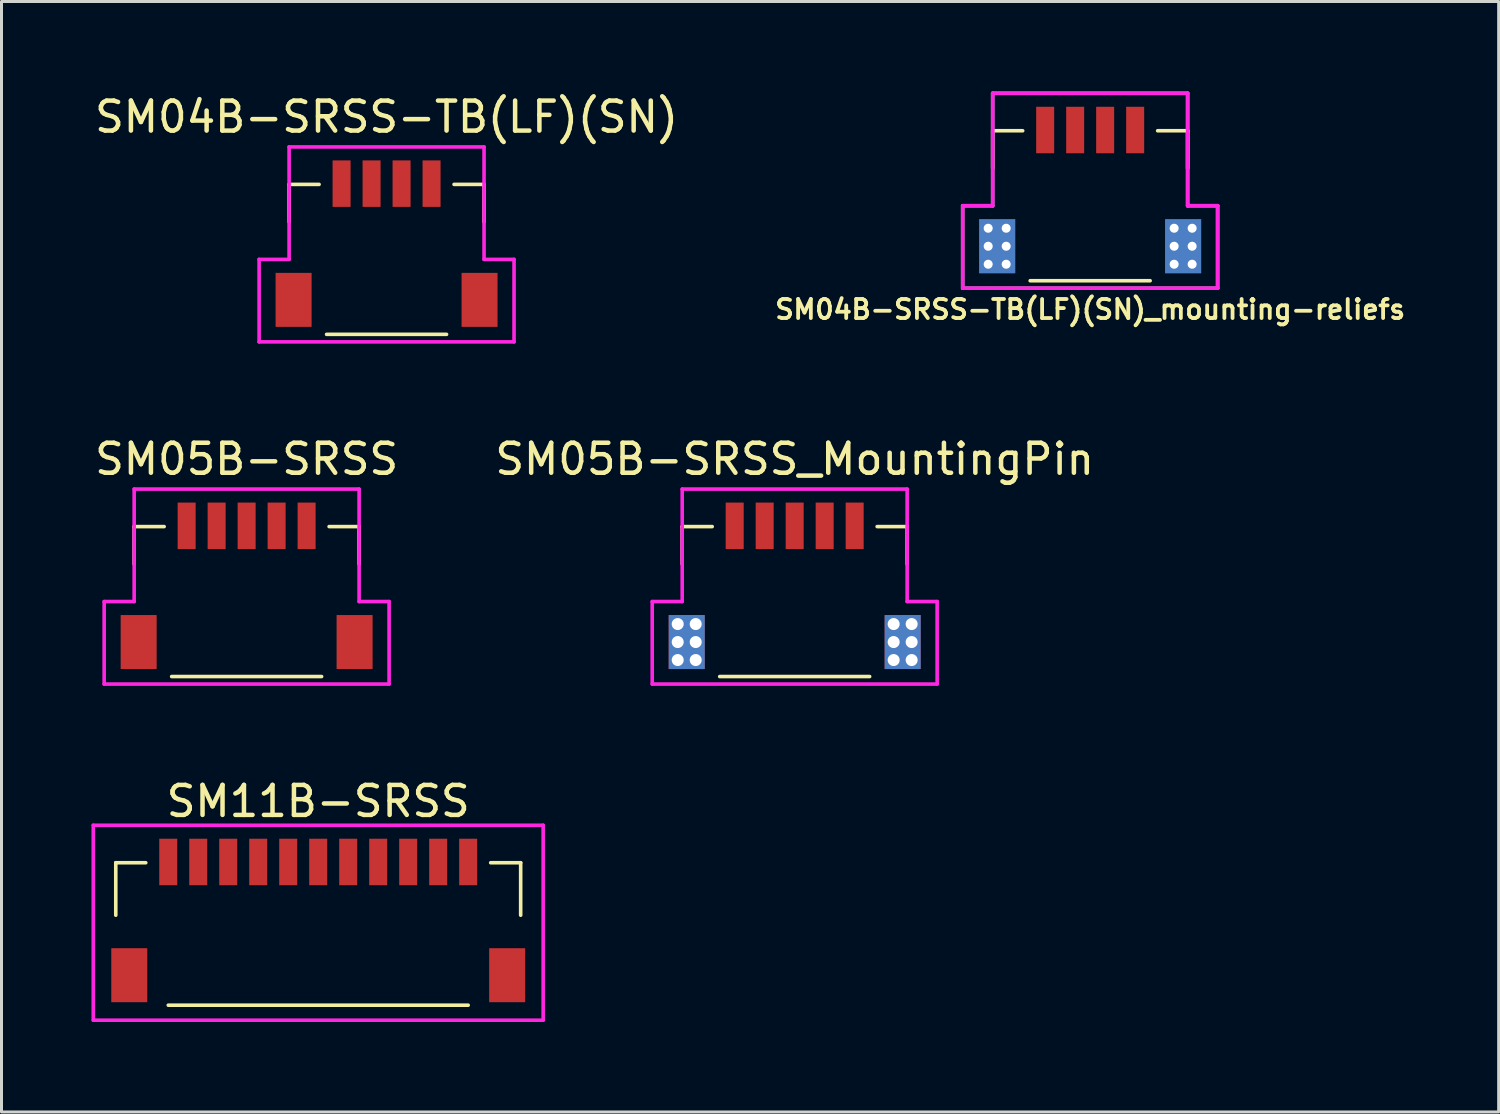
<source format=kicad_pcb>
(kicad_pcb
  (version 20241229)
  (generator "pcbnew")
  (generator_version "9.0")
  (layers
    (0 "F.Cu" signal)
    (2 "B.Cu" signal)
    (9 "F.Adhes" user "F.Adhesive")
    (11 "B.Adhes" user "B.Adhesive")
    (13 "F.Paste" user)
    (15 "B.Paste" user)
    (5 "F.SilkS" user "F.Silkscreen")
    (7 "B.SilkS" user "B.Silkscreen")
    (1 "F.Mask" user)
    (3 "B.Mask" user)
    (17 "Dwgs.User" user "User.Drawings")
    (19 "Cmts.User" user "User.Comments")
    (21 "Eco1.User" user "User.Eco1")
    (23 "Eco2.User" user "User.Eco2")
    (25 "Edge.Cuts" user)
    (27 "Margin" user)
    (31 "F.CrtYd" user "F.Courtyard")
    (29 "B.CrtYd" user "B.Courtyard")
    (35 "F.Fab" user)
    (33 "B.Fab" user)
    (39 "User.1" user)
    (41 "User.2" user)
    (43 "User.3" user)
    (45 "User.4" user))
  (footprint "SM11B-SRSS"
    (layer "F.Cu")
    (at 7.56 26.465)
    (property "Reference" "SM11B-SRSS" (at 0 -2.8 0) (unlocked yes) (layer "F.SilkS") (effects (font (size 1 1) (thickness 0.15))))
    (attr through_hole)
    (fp_line (start -6.75 -0.75) (end -6.75 1) (stroke (width 0.12) (type solid)) (layer "F.SilkS"))
    (fp_line (start -6.75 -0.75) (end -5.75 -0.75) (stroke (width 0.12) (type solid)) (layer "F.SilkS"))
    (fp_line (start -5 4) (end 5 4) (stroke (width 0.12) (type solid)) (layer "F.SilkS"))
    (fp_line (start 6.75 -0.75) (end 5.75 -0.75) (stroke (width 0.12) (type solid)) (layer "F.SilkS"))
    (fp_line (start 6.75 -0.75) (end 6.75 1) (stroke (width 0.12) (type solid)) (layer "F.SilkS"))
    (fp_line (start -7.5 -2) (end 7.5 -2) (stroke (width 0.12) (type solid)) (layer "F.CrtYd"))
    (fp_line (start -7.5 4.5) (end -7.5 -2) (stroke (width 0.12) (type solid)) (layer "F.CrtYd"))
    (fp_line (start 7.5 -2) (end 7.5 4.5) (stroke (width 0.12) (type solid)) (layer "F.CrtYd"))
    (fp_line (start 7.5 4.5) (end -7.5 4.5) (stroke (width 0.12) (type solid)) (layer "F.CrtYd"))
    (pad "" smd rect (at -6.3 3) (size 1.2 1.8) (layers "F.Cu" "F.Mask" "F.Paste"))
    (pad "" smd rect (at 6.3 3) (size 1.2 1.8) (layers "F.Cu" "F.Mask" "F.Paste"))
    (pad "1" smd rect (at -5 -0.775) (size 0.6 1.55) (layers "F.Cu" "F.Mask" "F.Paste"))
    (pad "2" smd rect (at -4 -0.775) (size 0.6 1.55) (layers "F.Cu" "F.Mask" "F.Paste"))
    (pad "3" smd rect (at -3 -0.775) (size 0.6 1.55) (layers "F.Cu" "F.Mask" "F.Paste"))
    (pad "4" smd rect (at -2 -0.775) (size 0.6 1.55) (layers "F.Cu" "F.Mask" "F.Paste"))
    (pad "5" smd rect (at -1 -0.775) (size 0.6 1.55) (layers "F.Cu" "F.Mask" "F.Paste"))
    (pad "6" smd rect (at 0 -0.775) (size 0.6 1.55) (layers "F.Cu" "F.Mask" "F.Paste"))
    (pad "7" smd rect (at 1 -0.775) (size 0.6 1.55) (layers "F.Cu" "F.Mask" "F.Paste"))
    (pad "8" smd rect (at 2 -0.775) (size 0.6 1.55) (layers "F.Cu" "F.Mask" "F.Paste"))
    (pad "9" smd rect (at 3 -0.775) (size 0.6 1.55) (layers "F.Cu" "F.Mask" "F.Paste"))
    (pad "10" smd rect (at 4 -0.775) (size 0.6 1.55) (layers "F.Cu" "F.Mask" "F.Paste"))
    (pad "11" smd rect (at 5 -0.775) (size 0.6 1.55) (layers "F.Cu" "F.Mask" "F.Paste")))
  (footprint "SM05B-SRSS_MountingPin"
    (layer "F.Cu")
    (at 23.446 15.257)
    (property "Reference" "SM05B-SRSS_MountingPin" (at 0 -3 0) (layer "F.SilkS") (effects (font (size 1 1) (thickness 0.15))))
    (attr through_hole)
    (fp_line (start -3.75 -0.75) (end -2.75 -0.75) (stroke (width 0.12) (type solid)) (layer "F.SilkS"))
    (fp_line (start -3.75 0.5) (end -3.75 -0.75) (stroke (width 0.12) (type solid)) (layer "F.SilkS"))
    (fp_line (start -2.5 4.25) (end 2.5 4.25) (stroke (width 0.12) (type solid)) (layer "F.SilkS"))
    (fp_line (start 3.75 -0.75) (end 2.75 -0.75) (stroke (width 0.12) (type solid)) (layer "F.SilkS"))
    (fp_line (start 3.75 0.5) (end 3.75 -0.75) (stroke (width 0.12) (type solid)) (layer "F.SilkS"))
    (fp_line (start -4.75 1.75) (end -3.75 1.75) (stroke (width 0.12) (type solid)) (layer "F.CrtYd"))
    (fp_line (start -4.75 4.5) (end -4.75 1.75) (stroke (width 0.12) (type solid)) (layer "F.CrtYd"))
    (fp_line (start -3.75 -2) (end 3.75 -2) (stroke (width 0.12) (type solid)) (layer "F.CrtYd"))
    (fp_line (start -3.75 1.75) (end -3.75 -2) (stroke (width 0.12) (type solid)) (layer "F.CrtYd"))
    (fp_line (start 3.75 -2) (end 3.75 1.75) (stroke (width 0.12) (type solid)) (layer "F.CrtYd"))
    (fp_line (start 3.75 1.75) (end 4.75 1.75) (stroke (width 0.12) (type solid)) (layer "F.CrtYd"))
    (fp_line (start 4.75 1.75) (end 4.75 4.5) (stroke (width 0.12) (type solid)) (layer "F.CrtYd"))
    (fp_line (start 4.75 4.5) (end -4.75 4.5) (stroke (width 0.12) (type solid)) (layer "F.CrtYd"))
    (pad "1" smd rect (at -2 -0.775) (size 0.6 1.55) (layers "F.Cu" "F.Mask" "F.Paste"))
    (pad "2" smd rect (at -1 -0.775) (size 0.6 1.55) (layers "F.Cu" "F.Mask" "F.Paste"))
    (pad "3" smd rect (at 0 -0.775) (size 0.6 1.55) (layers "F.Cu" "F.Mask" "F.Paste"))
    (pad "4" smd rect (at 1 -0.775) (size 0.6 1.55) (layers "F.Cu" "F.Mask" "F.Paste"))
    (pad "5" smd rect (at 2 -0.775) (size 0.6 1.55) (layers "F.Cu" "F.Mask" "F.Paste"))
    (pad "MP" thru_hole circle (at -3.9 2.5) (size 0.5 0.5) (drill 0.4) (layers "*.Cu" "F.Mask"))
    (pad "MP" thru_hole circle (at -3.9 3.1) (size 0.5 0.5) (drill 0.4) (layers "*.Cu" "F.Mask"))
    (pad "MP" thru_hole circle (at -3.9 3.7) (size 0.5 0.5) (drill 0.4) (layers "*.Cu" "F.Mask"))
    (pad "MP" smd rect (at -3.6 3.1) (size 1.2 1.8) (layers "F.Cu" "F.Mask" "F.Paste"))
    (pad "MP" smd rect (at -3.6 3.1) (size 1.2 1.8) (layers "B.Cu"))
    (pad "MP" thru_hole circle (at -3.3 2.5) (size 0.5 0.5) (drill 0.4) (layers "*.Cu" "F.Mask"))
    (pad "MP" thru_hole circle (at -3.3 3.1) (size 0.5 0.5) (drill 0.4) (layers "*.Cu" "F.Mask"))
    (pad "MP" thru_hole circle (at -3.3 3.7) (size 0.5 0.5) (drill 0.4) (layers "*.Cu" "F.Mask"))
    (pad "MP" thru_hole circle (at 3.3 2.5) (size 0.5 0.5) (drill 0.4) (layers "*.Cu" "F.Mask"))
    (pad "MP" thru_hole circle (at 3.3 3.1) (size 0.5 0.5) (drill 0.4) (layers "*.Cu" "F.Mask"))
    (pad "MP" thru_hole circle (at 3.3 3.7) (size 0.5 0.5) (drill 0.4) (layers "*.Cu" "F.Mask"))
    (pad "MP" smd rect (at 3.6 3.1) (size 1.2 1.8) (layers "F.Cu" "F.Mask" "F.Paste"))
    (pad "MP" smd rect (at 3.6 3.1) (size 1.2 1.8) (layers "B.Cu"))
    (pad "MP" thru_hole circle (at 3.9 2.5) (size 0.5 0.5) (drill 0.4) (layers "*.Cu" "F.Mask"))
    (pad "MP" thru_hole circle (at 3.9 3.1) (size 0.5 0.5) (drill 0.4) (layers "*.Cu" "F.Mask"))
    (pad "MP" thru_hole circle (at 3.9 3.7) (size 0.5 0.5) (drill 0.4) (layers "*.Cu" "F.Mask")))
  (footprint "SM04B-SRSS-TB(LF)(SN)_mounting-reliefs"
    (layer "F.Cu")
    (at 33.298 2.06)
    (property "Reference" "SM04B-SRSS-TB(LF)(SN)_mounting-reliefs" (at 0 5.207 180) (layer "F.SilkS") (effects (font (size 0.635 0.635) (thickness 0.127))))
    (attr through_hole)
    (fp_line (start -3.25 -0.75) (end -2.25 -0.75) (stroke (width 0.12) (type solid)) (layer "F.SilkS"))
    (fp_line (start -3.25 0.5) (end -3.25 -0.75) (stroke (width 0.12) (type solid)) (layer "F.SilkS"))
    (fp_line (start -2 4.25) (end 2 4.25) (stroke (width 0.12) (type solid)) (layer "F.SilkS"))
    (fp_line (start 3.25 -0.75) (end 2.25 -0.75) (stroke (width 0.12) (type solid)) (layer "F.SilkS"))
    (fp_line (start 3.25 0.5) (end 3.25 -0.75) (stroke (width 0.12) (type solid)) (layer "F.SilkS"))
    (fp_line (start -4.25 1.75) (end -3.25 1.75) (stroke (width 0.12) (type solid)) (layer "F.CrtYd"))
    (fp_line (start -4.25 4.5) (end -4.25 1.75) (stroke (width 0.12) (type solid)) (layer "F.CrtYd"))
    (fp_line (start -3.25 -2) (end 3.25 -2) (stroke (width 0.12) (type solid)) (layer "F.CrtYd"))
    (fp_line (start -3.25 1.75) (end -3.25 -2) (stroke (width 0.12) (type solid)) (layer "F.CrtYd"))
    (fp_line (start 3.25 -2) (end 3.25 1.75) (stroke (width 0.12) (type solid)) (layer "F.CrtYd"))
    (fp_line (start 4.25 1.75) (end 3.25 1.75) (stroke (width 0.12) (type solid)) (layer "F.CrtYd"))
    (fp_line (start 4.25 1.75) (end 4.25 4.5) (stroke (width 0.12) (type solid)) (layer "F.CrtYd"))
    (fp_line (start 4.25 4.5) (end -4.25 4.5) (stroke (width 0.12) (type solid)) (layer "F.CrtYd"))
    (fp_line (start -4.25 1.75) (end -3.25 1.75) (stroke (width 0.12) (type solid)) (layer "F.Fab"))
    (fp_line (start -4.25 4.5) (end -4.25 1.75) (stroke (width 0.12) (type solid)) (layer "F.Fab"))
    (fp_line (start -3.25 -2) (end 3.25 -2) (stroke (width 0.12) (type solid)) (layer "F.Fab"))
    (fp_line (start -3.25 1.75) (end -3.25 -2) (stroke (width 0.12) (type solid)) (layer "F.Fab"))
    (fp_line (start 3.25 -2) (end 3.25 1.75) (stroke (width 0.12) (type solid)) (layer "F.Fab"))
    (fp_line (start 3.25 1.75) (end 4.25 1.75) (stroke (width 0.12) (type solid)) (layer "F.Fab"))
    (fp_line (start 4.25 1.75) (end 4.25 4.5) (stroke (width 0.12) (type solid)) (layer "F.Fab"))
    (fp_line (start 4.25 4.5) (end -4.25 4.5) (stroke (width 0.12) (type solid)) (layer "F.Fab"))
    (pad "1" smd rect (at -1.5 -0.775) (size 0.6 1.55) (layers "F.Cu" "F.Mask" "F.Paste"))
    (pad "2" smd rect (at -0.5 -0.775) (size 0.6 1.55) (layers "F.Cu" "F.Mask" "F.Paste"))
    (pad "3" smd rect (at 0.5 -0.775) (size 0.6 1.55) (layers "F.Cu" "F.Mask" "F.Paste"))
    (pad "4" smd rect (at 1.5 -0.775) (size 0.6 1.55) (layers "F.Cu" "F.Mask" "F.Paste"))
    (pad "MP" thru_hole circle (at -3.4 2.5) (size 0.5 0.5) (drill 0.3) (layers "*.Cu" "F.Mask") (remove_unused_layers yes) (keep_end_layers yes) (zone_layer_connections))
    (pad "MP" thru_hole circle (at -3.4 3.1) (size 0.5 0.5) (drill 0.3) (layers "*.Cu" "F.Mask"))
    (pad "MP" thru_hole circle (at -3.4 3.7) (size 0.5 0.5) (drill 0.3) (layers "*.Cu" "F.Mask"))
    (pad "MP" smd rect (at -3.1 3.1) (size 1.2 1.8) (layers "F.Cu" "F.Mask" "F.Paste"))
    (pad "MP" smd rect (at -3.1 3.1) (size 1.2 1.8) (layers "B.Cu"))
    (pad "MP" thru_hole circle (at -2.8 2.5) (size 0.5 0.5) (drill 0.3) (layers "*.Cu" "F.Mask"))
    (pad "MP" thru_hole circle (at -2.8 3.1) (size 0.5 0.5) (drill 0.3) (layers "*.Cu" "F.Mask") (remove_unused_layers yes) (keep_end_layers yes) (zone_layer_connections))
    (pad "MP" thru_hole circle (at -2.8 3.7) (size 0.5 0.5) (drill 0.3) (layers "*.Cu" "F.Mask") (remove_unused_layers yes) (keep_end_layers yes) (zone_layer_connections))
    (pad "MP" thru_hole circle (at 2.8 2.5) (size 0.5 0.5) (drill 0.3) (layers "*.Cu" "F.Mask"))
    (pad "MP" thru_hole circle (at 2.8 3.1) (size 0.5 0.5) (drill 0.3) (layers "*.Cu" "F.Mask") (remove_unused_layers yes) (keep_end_layers yes) (zone_layer_connections))
    (pad "MP" thru_hole circle (at 2.8 3.7) (size 0.5 0.5) (drill 0.3) (layers "*.Cu" "F.Mask"))
    (pad "MP" smd rect (at 3.1 3.1) (size 1.2 1.8) (layers "F.Cu" "F.Mask" "F.Paste"))
    (pad "MP" smd rect (at 3.1 3.1) (size 1.2 1.8) (layers "B.Cu"))
    (pad "MP" thru_hole circle (at 3.4 2.5) (size 0.5 0.5) (drill 0.3) (layers "*.Cu" "F.Mask"))
    (pad "MP" thru_hole circle (at 3.4 3.1) (size 0.5 0.5) (drill 0.3) (layers "*.Cu" "F.Mask"))
    (pad "MP" thru_hole circle (at 3.4 3.7) (size 0.5 0.5) (drill 0.3) (layers "*.Cu" "F.Mask")))
  (footprint "SM04B-SRSS-TB(LF)(SN)"
    (layer "F.Cu")
    (at 9.839 3.848)
    (property "Reference" "SM04B-SRSS-TB(LF)(SN)" (at 0 -3 0) (layer "F.SilkS") (effects (font (size 1 1) (thickness 0.15))))
    (attr through_hole)
    (fp_line (start -3.25 -0.75) (end -2.25 -0.75) (stroke (width 0.12) (type solid)) (layer "F.SilkS"))
    (fp_line (start -3.25 0.5) (end -3.25 -0.75) (stroke (width 0.12) (type solid)) (layer "F.SilkS"))
    (fp_line (start -2 4.25) (end 2 4.25) (stroke (width 0.12) (type solid)) (layer "F.SilkS"))
    (fp_line (start 3.25 -0.75) (end 2.25 -0.75) (stroke (width 0.12) (type solid)) (layer "F.SilkS"))
    (fp_line (start 3.25 0.5) (end 3.25 -0.75) (stroke (width 0.12) (type solid)) (layer "F.SilkS"))
    (fp_line (start -4.25 1.75) (end -3.25 1.75) (stroke (width 0.12) (type solid)) (layer "F.CrtYd"))
    (fp_line (start -4.25 4.5) (end -4.25 1.75) (stroke (width 0.12) (type solid)) (layer "F.CrtYd"))
    (fp_line (start -3.25 -2) (end 3.25 -2) (stroke (width 0.12) (type solid)) (layer "F.CrtYd"))
    (fp_line (start -3.25 1.75) (end -3.25 -2) (stroke (width 0.12) (type solid)) (layer "F.CrtYd"))
    (fp_line (start 3.25 -2) (end 3.25 1.75) (stroke (width 0.12) (type solid)) (layer "F.CrtYd"))
    (fp_line (start 3.25 1.75) (end 4.25 1.75) (stroke (width 0.12) (type solid)) (layer "F.CrtYd"))
    (fp_line (start 4.25 1.75) (end 4.25 4.5) (stroke (width 0.12) (type solid)) (layer "F.CrtYd"))
    (fp_line (start 4.25 4.5) (end -4.25 4.5) (stroke (width 0.12) (type solid)) (layer "F.CrtYd"))
    (pad "1" smd rect (at -1.5 -0.775) (size 0.6 1.55) (layers "F.Cu" "F.Mask" "F.Paste"))
    (pad "2" smd rect (at -0.5 -0.775) (size 0.6 1.55) (layers "F.Cu" "F.Mask" "F.Paste"))
    (pad "3" smd rect (at 0.5 -0.775) (size 0.6 1.55) (layers "F.Cu" "F.Mask" "F.Paste"))
    (pad "4" smd rect (at 1.5 -0.775) (size 0.6 1.55) (layers "F.Cu" "F.Mask" "F.Paste"))
    (pad "5" smd rect (at -3.1 3.1) (size 1.2 1.8) (layers "F.Cu" "F.Mask" "F.Paste"))
    (pad "6" smd rect (at 3.1 3.1) (size 1.2 1.8) (layers "F.Cu" "F.Mask" "F.Paste")))
  (footprint "SM05B-SRSS"
    (layer "F.Cu")
    (at 5.173 15.257)
    (property "Reference" "SM05B-SRSS" (at 0 -3 0) (layer "F.SilkS") (effects (font (size 1 1) (thickness 0.15))))
    (attr through_hole)
    (fp_line (start -3.75 -0.75) (end -2.75 -0.75) (stroke (width 0.12) (type solid)) (layer "F.SilkS"))
    (fp_line (start -3.75 0.5) (end -3.75 -0.75) (stroke (width 0.12) (type solid)) (layer "F.SilkS"))
    (fp_line (start -2.5 4.25) (end 2.5 4.25) (stroke (width 0.12) (type solid)) (layer "F.SilkS"))
    (fp_line (start 3.75 -0.75) (end 2.75 -0.75) (stroke (width 0.12) (type solid)) (layer "F.SilkS"))
    (fp_line (start 3.75 0.5) (end 3.75 -0.75) (stroke (width 0.12) (type solid)) (layer "F.SilkS"))
    (fp_line (start -4.75 1.75) (end -3.75 1.75) (stroke (width 0.12) (type solid)) (layer "F.CrtYd"))
    (fp_line (start -4.75 4.5) (end -4.75 1.75) (stroke (width 0.12) (type solid)) (layer "F.CrtYd"))
    (fp_line (start -3.75 -2) (end 3.75 -2) (stroke (width 0.12) (type solid)) (layer "F.CrtYd"))
    (fp_line (start -3.75 1.75) (end -3.75 -2) (stroke (width 0.12) (type solid)) (layer "F.CrtYd"))
    (fp_line (start 3.75 -2) (end 3.75 1.75) (stroke (width 0.12) (type solid)) (layer "F.CrtYd"))
    (fp_line (start 3.75 1.75) (end 4.75 1.75) (stroke (width 0.12) (type solid)) (layer "F.CrtYd"))
    (fp_line (start 4.75 1.75) (end 4.75 4.5) (stroke (width 0.12) (type solid)) (layer "F.CrtYd"))
    (fp_line (start 4.75 4.5) (end -4.75 4.5) (stroke (width 0.12) (type solid)) (layer "F.CrtYd"))
    (pad "1" smd rect (at -2 -0.775) (size 0.6 1.55) (layers "F.Cu" "F.Mask" "F.Paste"))
    (pad "2" smd rect (at -1 -0.775) (size 0.6 1.55) (layers "F.Cu" "F.Mask" "F.Paste"))
    (pad "3" smd rect (at 0 -0.775) (size 0.6 1.55) (layers "F.Cu" "F.Mask" "F.Paste"))
    (pad "4" smd rect (at 1 -0.775) (size 0.6 1.55) (layers "F.Cu" "F.Mask" "F.Paste"))
    (pad "5" smd rect (at 2 -0.775) (size 0.6 1.55) (layers "F.Cu" "F.Mask" "F.Paste"))
    (pad "6" smd rect (at -3.6 3.1) (size 1.2 1.8) (layers "F.Cu" "F.Mask" "F.Paste"))
    (pad "6" smd rect (at 3.6 3.1) (size 1.2 1.8) (layers "F.Cu" "F.Mask" "F.Paste")))
  (gr_rect
    (start -3 -3)
    (end 46.918 34.025)
    (stroke (width 0.1) (type default))
    (fill no)
    (layer "Edge.Cuts")))
</source>
